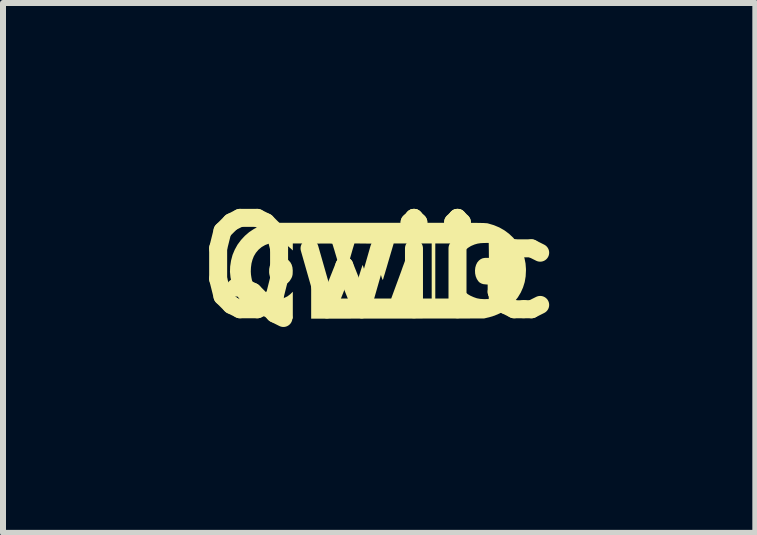
<source format=kicad_pcb>
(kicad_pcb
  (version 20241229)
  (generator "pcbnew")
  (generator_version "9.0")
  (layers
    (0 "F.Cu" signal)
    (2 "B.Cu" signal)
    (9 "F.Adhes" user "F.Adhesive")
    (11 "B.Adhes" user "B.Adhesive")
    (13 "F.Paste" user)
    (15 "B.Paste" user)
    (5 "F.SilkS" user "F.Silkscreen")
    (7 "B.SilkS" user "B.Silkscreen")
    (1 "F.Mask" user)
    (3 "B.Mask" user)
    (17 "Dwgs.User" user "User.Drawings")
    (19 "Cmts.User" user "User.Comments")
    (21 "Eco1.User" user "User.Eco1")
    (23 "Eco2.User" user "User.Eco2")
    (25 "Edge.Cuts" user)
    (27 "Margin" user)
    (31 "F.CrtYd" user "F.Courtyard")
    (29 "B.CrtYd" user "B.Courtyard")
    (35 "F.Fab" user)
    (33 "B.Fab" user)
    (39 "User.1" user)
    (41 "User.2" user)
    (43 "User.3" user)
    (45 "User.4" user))
  (footprint "Qwiic"
    (layer "F.Cu")
    (at 3.273 1.418)
    (property "Reference" "Qwiic" (at 0 0 0) (layer "F.SilkS") (effects (font (size 1.524 1.524) (thickness 0.3))))
    (attr board_only exclude_from_pos_files exclude_from_bom)
    (fp_poly (pts (xy -1.594 -0.17) (xy -1.555 -0.158) (xy -1.521 -0.135) (xy -1.512 -0.128) (xy -1.481 -0.094) (xy -1.459 -0.054) (xy -1.446 -0.009) (xy -1.441 0.044) (xy -1.442 0.076) (xy -1.443 0.105) (xy -1.447 0.126) (xy -1.452 0.145) (xy -1.461 0.166) (xy -1.468 0.179) (xy -1.494 0.22) (xy -1.524 0.25) (xy -1.561 0.271) (xy -1.606 0.283) (xy -1.629 0.286) (xy -1.653 0.285) (xy -1.679 0.282) (xy -1.687 0.28) (xy -1.732 0.262) (xy -1.77 0.234) (xy -1.799 0.199) (xy -1.82 0.155) (xy -1.832 0.103) (xy -1.835 0.075) (xy -1.834 0.017) (xy -1.824 -0.033) (xy -1.806 -0.076) (xy -1.778 -0.114) (xy -1.763 -0.129) (xy -1.729 -0.154) (xy -1.691 -0.168) (xy -1.648 -0.174) (xy -1.638 -0.174)) (stroke (width 0) (type solid)) (fill yes) (layer "F.SilkS"))
    (fp_poly (pts (xy 2.39 0.606) (xy 2.422 0.608) (xy 2.448 0.614) (xy 2.466 0.623) (xy 2.472 0.63) (xy 2.478 0.65) (xy 2.477 0.672) (xy 2.47 0.691) (xy 2.466 0.696) (xy 2.458 0.705) (xy 2.457 0.712) (xy 2.464 0.723) (xy 2.465 0.725) (xy 2.476 0.742) (xy 2.481 0.751) (xy 2.478 0.755) (xy 2.469 0.756) (xy 2.465 0.756) (xy 2.45 0.754) (xy 2.441 0.747) (xy 2.434 0.735) (xy 2.426 0.721) (xy 2.415 0.715) (xy 2.406 0.714) (xy 2.394 0.715) (xy 2.389 0.721) (xy 2.388 0.735) (xy 2.387 0.749) (xy 2.382 0.755) (xy 2.373 0.756) (xy 2.358 0.756) (xy 2.358 0.635) (xy 2.388 0.635) (xy 2.388 0.685) (xy 2.413 0.683) (xy 2.433 0.679) (xy 2.445 0.671) (xy 2.448 0.657) (xy 2.441 0.646) (xy 2.424 0.639) (xy 2.413 0.637) (xy 2.388 0.635) (xy 2.358 0.635) (xy 2.358 0.606)) (stroke (width 0) (type solid)) (fill yes) (layer "F.SilkS"))
    (fp_poly (pts (xy 2.447 0.538) (xy 2.485 0.551) (xy 2.51 0.567) (xy 2.524 0.581) (xy 2.54 0.601) (xy 2.548 0.614) (xy 2.558 0.634) (xy 2.563 0.652) (xy 2.565 0.675) (xy 2.565 0.687) (xy 2.559 0.73) (xy 2.543 0.768) (xy 2.517 0.799) (xy 2.481 0.823) (xy 2.458 0.832) (xy 2.428 0.837) (xy 2.399 0.838) (xy 2.373 0.835) (xy 2.367 0.833) (xy 2.33 0.813) (xy 2.301 0.786) (xy 2.279 0.753) (xy 2.267 0.716) (xy 2.264 0.681) (xy 2.298 0.681) (xy 2.301 0.715) (xy 2.314 0.746) (xy 2.324 0.76) (xy 2.353 0.785) (xy 2.385 0.799) (xy 2.42 0.803) (xy 2.455 0.796) (xy 2.459 0.795) (xy 2.489 0.776) (xy 2.512 0.751) (xy 2.527 0.721) (xy 2.533 0.689) (xy 2.529 0.656) (xy 2.516 0.626) (xy 2.503 0.61) (xy 2.474 0.587) (xy 2.441 0.574) (xy 2.406 0.571) (xy 2.373 0.579) (xy 2.341 0.598) (xy 2.32 0.619) (xy 2.304 0.648) (xy 2.298 0.681) (xy 2.264 0.681) (xy 2.264 0.677) (xy 2.271 0.638) (xy 2.279 0.62) (xy 2.303 0.585) (xy 2.334 0.559) (xy 2.369 0.542) (xy 2.407 0.535)) (stroke (width 0) (type solid)) (fill yes) (layer "F.SilkS"))
    (fp_poly (pts (xy 0.153 -0.753) (xy 0.315 -0.753) (xy 0.466 -0.753) (xy 0.606 -0.753) (xy 0.736 -0.753) (xy 0.856 -0.753) (xy 0.966 -0.753) (xy 1.067 -0.753) (xy 1.16 -0.753) (xy 1.244 -0.752) (xy 1.32 -0.752) (xy 1.389 -0.752) (xy 1.451 -0.752) (xy 1.506 -0.752) (xy 1.555 -0.751) (xy 1.598 -0.751) (xy 1.636 -0.751) (xy 1.668 -0.75) (xy 1.696 -0.75) (xy 1.72 -0.749) (xy 1.741 -0.749) (xy 1.757 -0.748) (xy 1.771 -0.747) (xy 1.783 -0.746) (xy 1.792 -0.746) (xy 1.799 -0.745) (xy 1.806 -0.744) (xy 1.811 -0.743) (xy 1.815 -0.742) (xy 1.913 -0.713) (xy 2.004 -0.675) (xy 2.088 -0.627) (xy 2.165 -0.57) (xy 2.235 -0.504) (xy 2.296 -0.429) (xy 2.348 -0.347) (xy 2.36 -0.325) (xy 2.398 -0.242) (xy 2.424 -0.159) (xy 2.441 -0.074) (xy 2.448 0.017) (xy 2.448 0.042) (xy 2.443 0.141) (xy 2.427 0.236) (xy 2.399 0.326) (xy 2.361 0.411) (xy 2.312 0.492) (xy 2.251 0.569) (xy 2.225 0.597) (xy 2.157 0.661) (xy 2.086 0.715) (xy 2.009 0.759) (xy 1.925 0.795) (xy 1.834 0.823) (xy 1.807 0.829) (xy 1.749 0.843) (xy 0.308 0.845) (xy -1.134 0.846) (xy -1.134 -0.405) (xy -1.085 -0.405) (xy -0.753 0.51) (xy -0.603 0.51) (xy -0.452 0.51) (xy -0.366 0.233) (xy -0.349 0.177) (xy -0.333 0.125) (xy -0.318 0.078) (xy -0.305 0.036) (xy -0.294 0.002) (xy -0.285 -0.025) (xy -0.279 -0.042) (xy -0.276 -0.05) (xy -0.276 -0.05) (xy -0.274 -0.045) (xy -0.268 -0.03) (xy -0.26 -0.006) (xy -0.249 0.027) (xy -0.236 0.067) (xy -0.221 0.113) (xy -0.205 0.164) (xy -0.188 0.219) (xy -0.186 0.228) (xy -0.099 0.51) (xy 0.051 0.51) (xy 0.201 0.51) (xy 0.576 0.51) (xy 0.876 0.51) (xy 0.936 0.51) (xy 1.236 0.51) (xy 1.236 0.054) (xy 1.299 0.054) (xy 1.3 0.102) (xy 1.302 0.141) (xy 1.306 0.174) (xy 1.313 0.205) (xy 1.324 0.235) (xy 1.339 0.268) (xy 1.348 0.287) (xy 1.383 0.346) (xy 1.427 0.396) (xy 1.48 0.439) (xy 1.521 0.463) (xy 1.577 0.488) (xy 1.629 0.506) (xy 1.683 0.516) (xy 1.742 0.52) (xy 1.77 0.52) (xy 1.827 0.519) (xy 1.829 0.398) (xy 1.83 0.278) (xy 1.777 0.275) (xy 1.734 0.27) (xy 1.7 0.258) (xy 1.671 0.24) (xy 1.653 0.221) (xy 1.628 0.183) (xy 1.61 0.139) (xy 1.6 0.091) (xy 1.598 0.042) (xy 1.603 -0.006) (xy 1.616 -0.051) (xy 1.636 -0.091) (xy 1.664 -0.124) (xy 1.693 -0.146) (xy 1.723 -0.16) (xy 1.758 -0.167) (xy 1.784 -0.168) (xy 1.83 -0.168) (xy 1.829 -0.293) (xy 1.827 -0.417) (xy 1.752 -0.416) (xy 1.692 -0.413) (xy 1.64 -0.405) (xy 1.591 -0.391) (xy 1.541 -0.37) (xy 1.53 -0.365) (xy 1.482 -0.335) (xy 1.436 -0.297) (xy 1.394 -0.253) (xy 1.361 -0.206) (xy 1.352 -0.189) (xy 1.333 -0.149) (xy 1.319 -0.114) (xy 1.309 -0.078) (xy 1.303 -0.04) (xy 1.3 0.004) (xy 1.299 0.054) (xy 1.236 0.054) (xy 1.236 -0.408) (xy 0.936 -0.408) (xy 0.936 0.51) (xy 0.876 0.51) (xy 0.876 -0.408) (xy 0.576 -0.408) (xy 0.576 0.51) (xy 0.201 0.51) (xy 0.368 0.055) (xy 0.393 -0.016) (xy 0.418 -0.083) (xy 0.441 -0.146) (xy 0.462 -0.205) (xy 0.481 -0.257) (xy 0.498 -0.303) (xy 0.512 -0.341) (xy 0.523 -0.371) (xy 0.53 -0.392) (xy 0.534 -0.403) (xy 0.534 -0.404) (xy 0.528 -0.405) (xy 0.512 -0.406) (xy 0.487 -0.407) (xy 0.455 -0.408) (xy 0.418 -0.408) (xy 0.388 -0.408) (xy 0.242 -0.408) (xy 0.156 -0.116) (xy 0.139 -0.058) (xy 0.123 -0.003) (xy 0.108 0.047) (xy 0.095 0.092) (xy 0.083 0.13) (xy 0.074 0.16) (xy 0.068 0.182) (xy 0.064 0.193) (xy 0.063 0.195) (xy 0.062 0.198) (xy 0.061 0.199) (xy 0.059 0.199) (xy 0.057 0.196) (xy 0.054 0.19) (xy 0.05 0.18) (xy 0.044 0.165) (xy 0.038 0.145) (xy 0.03 0.119) (xy 0.02 0.086) (xy 0.008 0.046) (xy -0.006 -0.002) (xy -0.023 -0.059) (xy -0.042 -0.125) (xy -0.065 -0.201) (xy -0.09 -0.288) (xy -0.095 -0.306) (xy -0.124 -0.405) (xy -0.268 -0.407) (xy -0.413 -0.408) (xy -0.428 -0.359) (xy -0.433 -0.342) (xy -0.441 -0.316) (xy -0.451 -0.281) (xy -0.463 -0.239) (xy -0.477 -0.191) (xy -0.492 -0.139) (xy -0.508 -0.085) (xy -0.517 -0.054) (xy -0.532 -0.001) (xy -0.546 0.049) (xy -0.559 0.094) (xy -0.571 0.133) (xy -0.581 0.164) (xy -0.588 0.188) (xy -0.592 0.202) (xy -0.594 0.206) (xy -0.596 0.201) (xy -0.602 0.186) (xy -0.61 0.161) (xy -0.62 0.128) (xy -0.633 0.088) (xy -0.647 0.041) (xy -0.663 -0.011) (xy -0.679 -0.067) (xy -0.687 -0.093) (xy -0.704 -0.151) (xy -0.72 -0.205) (xy -0.735 -0.255) (xy -0.748 -0.3) (xy -0.76 -0.338) (xy -0.769 -0.368) (xy -0.776 -0.389) (xy -0.779 -0.4) (xy -0.78 -0.402) (xy -0.786 -0.404) (xy -0.803 -0.406) (xy -0.829 -0.407) (xy -0.867 -0.407) (xy -0.916 -0.407) (xy -0.934 -0.407) (xy -1.085 -0.405) (xy -1.134 -0.405) (xy -1.134 -0.408) (xy -1.44 -0.408) (xy -1.44 -0.291) (xy -1.472 -0.322) (xy -1.518 -0.361) (xy -1.57 -0.39) (xy -1.602 -0.403) (xy -1.633 -0.41) (xy -1.672 -0.415) (xy -1.715 -0.417) (xy -1.759 -0.416) (xy -1.8 -0.413) (xy -1.835 -0.406) (xy -1.836 -0.406) (xy -1.901 -0.382) (xy -1.96 -0.348) (xy -2.012 -0.304) (xy -2.056 -0.252) (xy -2.09 -0.195) (xy -2.112 -0.139) (xy -2.129 -0.076) (xy -2.138 -0.009) (xy -2.141 0.059) (xy -2.138 0.11) (xy -2.131 0.158) (xy -2.123 0.198) (xy -2.112 0.235) (xy -2.097 0.272) (xy -2.084 0.3) (xy -2.05 0.357) (xy -2.008 0.407) (xy -1.959 0.449) (xy -1.908 0.479) (xy -1.843 0.504) (xy -1.774 0.518) (xy -1.712 0.522) (xy -1.646 0.517) (xy -1.586 0.501) (xy -1.531 0.475) (xy -1.483 0.439) (xy -1.476 0.432) (xy -1.44 0.397) (xy -1.44 0.846) (xy -1.586 0.845) (xy -1.628 0.845) (xy -1.667 0.844) (xy -1.702 0.844) (xy -1.729 0.843) (xy -1.749 0.842) (xy -1.755 0.842) (xy -1.85 0.827) (xy -1.941 0.802) (xy -2.028 0.767) (xy -2.11 0.722) (xy -2.186 0.668) (xy -2.256 0.606) (xy -2.318 0.537) (xy -2.371 0.46) (xy -2.415 0.378) (xy -2.431 0.339) (xy -2.46 0.248) (xy -2.479 0.157) (xy -2.488 0.065) (xy -2.485 -0.023) (xy -2.47 -0.123) (xy -2.445 -0.217) (xy -2.408 -0.305) (xy -2.362 -0.388) (xy -2.304 -0.466) (xy -2.24 -0.535) (xy -2.167 -0.598) (xy -2.088 -0.65) (xy -2.004 -0.693) (xy -1.913 -0.726) (xy -1.874 -0.737) (xy -1.809 -0.753) (xy -0.021 -0.753)) (stroke (width 0) (type solid)) (fill yes) (layer "F.SilkS")))
  (gr_rect
    (start -3 -3)
    (end 9.546 5.836)
    (stroke (width 0.1) (type default))
    (fill no)
    (layer "Edge.Cuts")))
</source>
